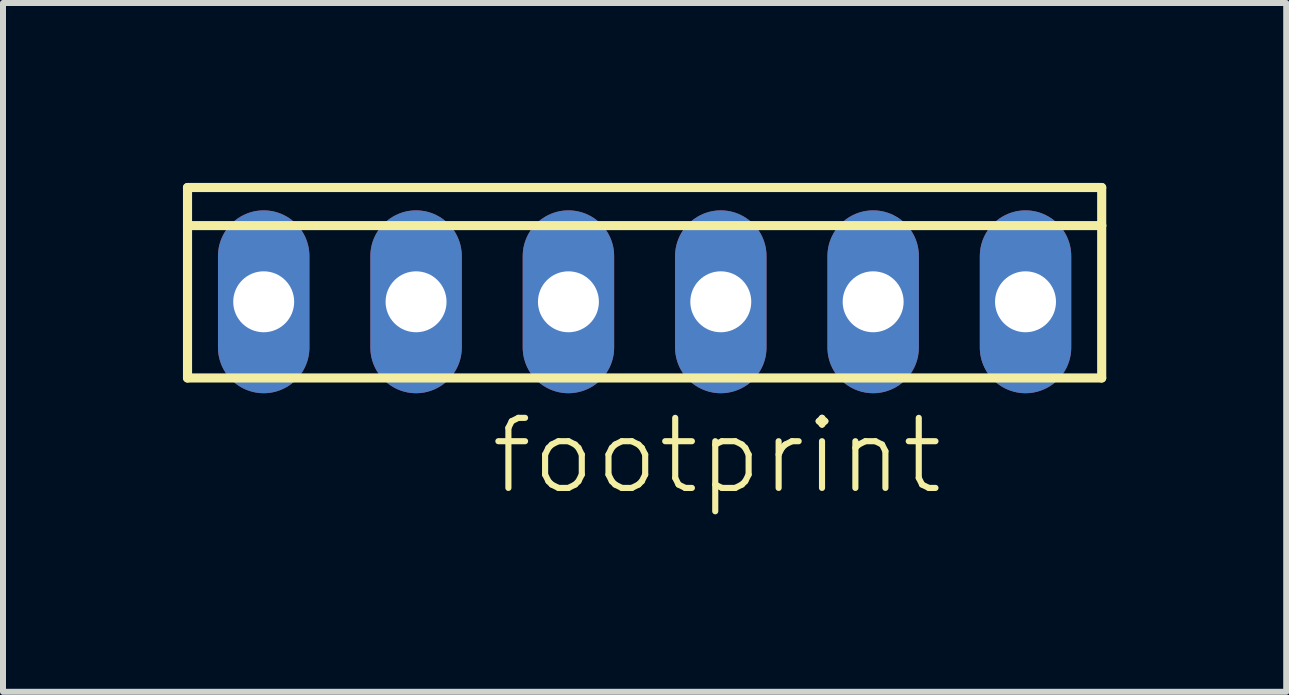
<source format=kicad_pcb>
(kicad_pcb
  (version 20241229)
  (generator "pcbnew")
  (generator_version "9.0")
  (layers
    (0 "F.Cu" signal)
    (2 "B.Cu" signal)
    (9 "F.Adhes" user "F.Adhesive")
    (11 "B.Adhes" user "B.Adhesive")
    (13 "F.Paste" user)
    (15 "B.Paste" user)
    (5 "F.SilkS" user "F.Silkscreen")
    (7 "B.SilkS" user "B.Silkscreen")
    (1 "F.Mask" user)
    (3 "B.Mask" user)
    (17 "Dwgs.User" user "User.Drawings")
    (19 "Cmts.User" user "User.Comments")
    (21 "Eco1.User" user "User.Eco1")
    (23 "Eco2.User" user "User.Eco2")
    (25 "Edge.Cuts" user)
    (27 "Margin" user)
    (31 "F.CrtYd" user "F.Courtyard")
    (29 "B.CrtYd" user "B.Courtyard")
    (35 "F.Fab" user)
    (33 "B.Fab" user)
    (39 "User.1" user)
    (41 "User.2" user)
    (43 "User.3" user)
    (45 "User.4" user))
  (footprint "footprint"
    (layer "F.Cu")
    (at 7.696 1.981)
    (property "Reference" "footprint" (at -2.616 3.251 0) (layer "F.SilkS") (effects (font (size 1.168 1.168) (thickness 0.102)) (justify left bottom)))
    (fp_line (start -7.62 -1.27) (end -7.62 -1.905) (stroke (width 0.152) (type solid)) (layer "F.SilkS"))
    (fp_line (start -7.62 1.27) (end -7.62 -1.27) (stroke (width 0.152) (type solid)) (layer "F.SilkS"))
    (fp_line (start -7.62 1.27) (end 7.62 1.27) (stroke (width 0.152) (type solid)) (layer "F.SilkS"))
    (fp_line (start 7.62 -1.905) (end -7.62 -1.905) (stroke (width 0.152) (type solid)) (layer "F.SilkS"))
    (fp_line (start 7.62 -1.905) (end 7.62 -1.27) (stroke (width 0.152) (type solid)) (layer "F.SilkS"))
    (fp_line (start 7.62 -1.27) (end -7.62 -1.27) (stroke (width 0.152) (type solid)) (layer "F.SilkS"))
    (fp_line (start 7.62 -1.27) (end 7.62 1.27) (stroke (width 0.152) (type solid)) (layer "F.SilkS"))
    (fp_poly (pts (xy -6.604 0.254) (xy -6.096 0.254) (xy -6.096 -0.254) (xy -6.604 -0.254)) (stroke (width 0) (type solid)) (fill yes) (layer "F.SilkS"))
    (fp_poly (pts (xy -4.064 0.254) (xy -3.556 0.254) (xy -3.556 -0.254) (xy -4.064 -0.254)) (stroke (width 0) (type solid)) (fill yes) (layer "F.SilkS"))
    (fp_poly (pts (xy -1.524 0.254) (xy -1.016 0.254) (xy -1.016 -0.254) (xy -1.524 -0.254)) (stroke (width 0) (type solid)) (fill yes) (layer "F.SilkS"))
    (fp_poly (pts (xy 1.016 0.254) (xy 1.524 0.254) (xy 1.524 -0.254) (xy 1.016 -0.254)) (stroke (width 0) (type solid)) (fill yes) (layer "F.SilkS"))
    (fp_poly (pts (xy 3.556 0.254) (xy 4.064 0.254) (xy 4.064 -0.254) (xy 3.556 -0.254)) (stroke (width 0) (type solid)) (fill yes) (layer "F.SilkS"))
    (fp_poly (pts (xy 6.096 0.254) (xy 6.604 0.254) (xy 6.604 -0.254) (xy 6.096 -0.254)) (stroke (width 0) (type solid)) (fill yes) (layer "F.SilkS"))
    (pad "1" thru_hole oval (at 6.35 0 90) (size 3.048 1.524) (drill 1.016) (layers "*.Cu" "*.Mask"))
    (pad "2" thru_hole oval (at 3.81 0 90) (size 3.048 1.524) (drill 1.016) (layers "*.Cu" "*.Mask"))
    (pad "3" thru_hole oval (at 1.27 0 90) (size 3.048 1.524) (drill 1.016) (layers "*.Cu" "*.Mask"))
    (pad "4" thru_hole oval (at -1.27 0 90) (size 3.048 1.524) (drill 1.016) (layers "*.Cu" "*.Mask"))
    (pad "5" thru_hole oval (at -3.81 0 90) (size 3.048 1.524) (drill 1.016) (layers "*.Cu" "*.Mask"))
    (pad "6" thru_hole oval (at -6.35 0 90) (size 3.048 1.524) (drill 1.016) (layers "*.Cu" "*.Mask")))
  (gr_rect
    (start -3 -3)
    (end 18.392 8.483)
    (stroke (width 0.1) (type default))
    (fill no)
    (layer "Edge.Cuts")))
</source>
